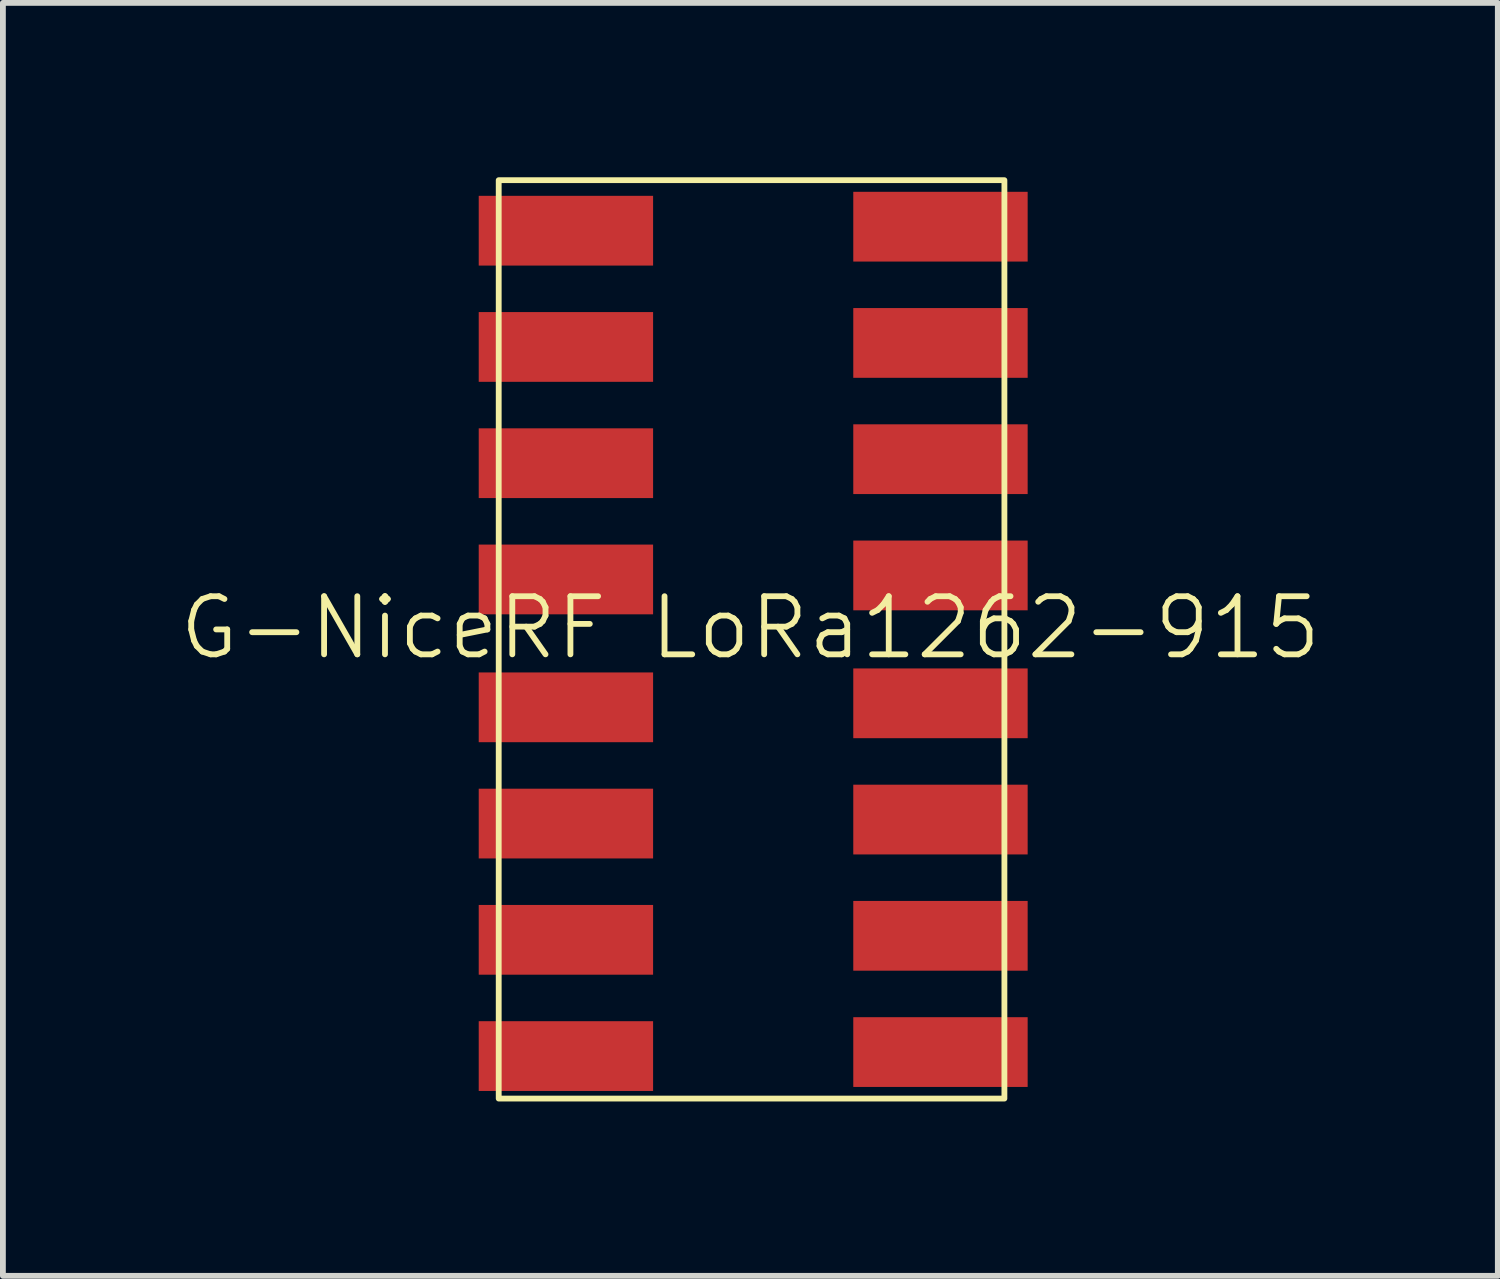
<source format=kicad_pcb>
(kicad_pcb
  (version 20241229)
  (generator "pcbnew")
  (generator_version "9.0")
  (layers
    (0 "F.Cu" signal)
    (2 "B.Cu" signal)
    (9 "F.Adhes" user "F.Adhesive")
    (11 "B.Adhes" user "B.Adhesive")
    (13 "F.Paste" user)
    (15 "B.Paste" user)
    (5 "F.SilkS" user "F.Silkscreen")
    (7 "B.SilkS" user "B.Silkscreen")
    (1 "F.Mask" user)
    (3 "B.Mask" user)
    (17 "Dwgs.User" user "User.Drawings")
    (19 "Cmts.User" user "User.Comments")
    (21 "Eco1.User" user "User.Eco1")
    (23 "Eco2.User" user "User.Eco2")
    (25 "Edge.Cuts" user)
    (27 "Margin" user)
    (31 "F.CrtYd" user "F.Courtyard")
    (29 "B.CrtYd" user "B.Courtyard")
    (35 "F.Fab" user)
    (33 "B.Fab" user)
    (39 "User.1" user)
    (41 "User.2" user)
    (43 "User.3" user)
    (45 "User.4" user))
  (footprint "G-NiceRF LoRa1262-915"
    (layer "F.Cu")
    (at 9.93 7.75)
    (property "Reference" "G-NiceRF LoRa1262-915" (at -0.071 0 0) (unlocked yes) (layer "F.SilkS") (effects (font (size 1 1) (thickness 0.1))))
    (attr smd)
    (fp_rect (start -4.4 -7.7) (end 4.3 8.1) (stroke (width 0.1) (type default)) (fill no) (layer "F.SilkS"))
    (pad "1" smd rect (at -3.244 -6.831) (size 3 1.2) (layers "F.Cu" "F.Mask" "F.Paste"))
    (pad "2" smd rect (at -3.244 -4.831) (size 3 1.2) (layers "F.Cu" "F.Mask" "F.Paste"))
    (pad "3" smd rect (at -3.244 -2.831) (size 3 1.2) (layers "F.Cu" "F.Mask" "F.Paste"))
    (pad "4" smd rect (at -3.244 -0.831) (size 3 1.2) (layers "F.Cu" "F.Mask" "F.Paste"))
    (pad "5" smd rect (at -3.244 1.369) (size 3 1.2) (layers "F.Cu" "F.Mask" "F.Paste"))
    (pad "6" smd rect (at -3.244 3.369) (size 3 1.2) (layers "F.Cu" "F.Mask" "F.Paste"))
    (pad "7" smd rect (at -3.244 5.369) (size 3 1.2) (layers "F.Cu" "F.Mask" "F.Paste"))
    (pad "8" smd rect (at -3.244 7.369) (size 3 1.2) (layers "F.Cu" "F.Mask" "F.Paste"))
    (pad "9" smd rect (at 3.2 7.3) (size 3 1.2) (layers "F.Cu" "F.Mask" "F.Paste"))
    (pad "10" smd rect (at 3.2 5.3) (size 3 1.2) (layers "F.Cu" "F.Mask" "F.Paste"))
    (pad "11" smd rect (at 3.2 3.3) (size 3 1.2) (layers "F.Cu" "F.Mask" "F.Paste"))
    (pad "12" smd rect (at 3.2 1.3) (size 3 1.2) (layers "F.Cu" "F.Mask" "F.Paste"))
    (pad "13" smd rect (at 3.2 -0.9) (size 3 1.2) (layers "F.Cu" "F.Mask" "F.Paste"))
    (pad "14" smd rect (at 3.2 -2.9) (size 3 1.2) (layers "F.Cu" "F.Mask" "F.Paste"))
    (pad "15" smd rect (at 3.2 -4.9) (size 3 1.2) (layers "F.Cu" "F.Mask" "F.Paste"))
    (pad "16" smd rect (at 3.2 -6.9) (size 3 1.2) (layers "F.Cu" "F.Mask" "F.Paste")))
  (gr_rect
    (start -3 -3)
    (end 22.719 18.9)
    (stroke (width 0.1) (type default))
    (fill no)
    (layer "Edge.Cuts")))
</source>
